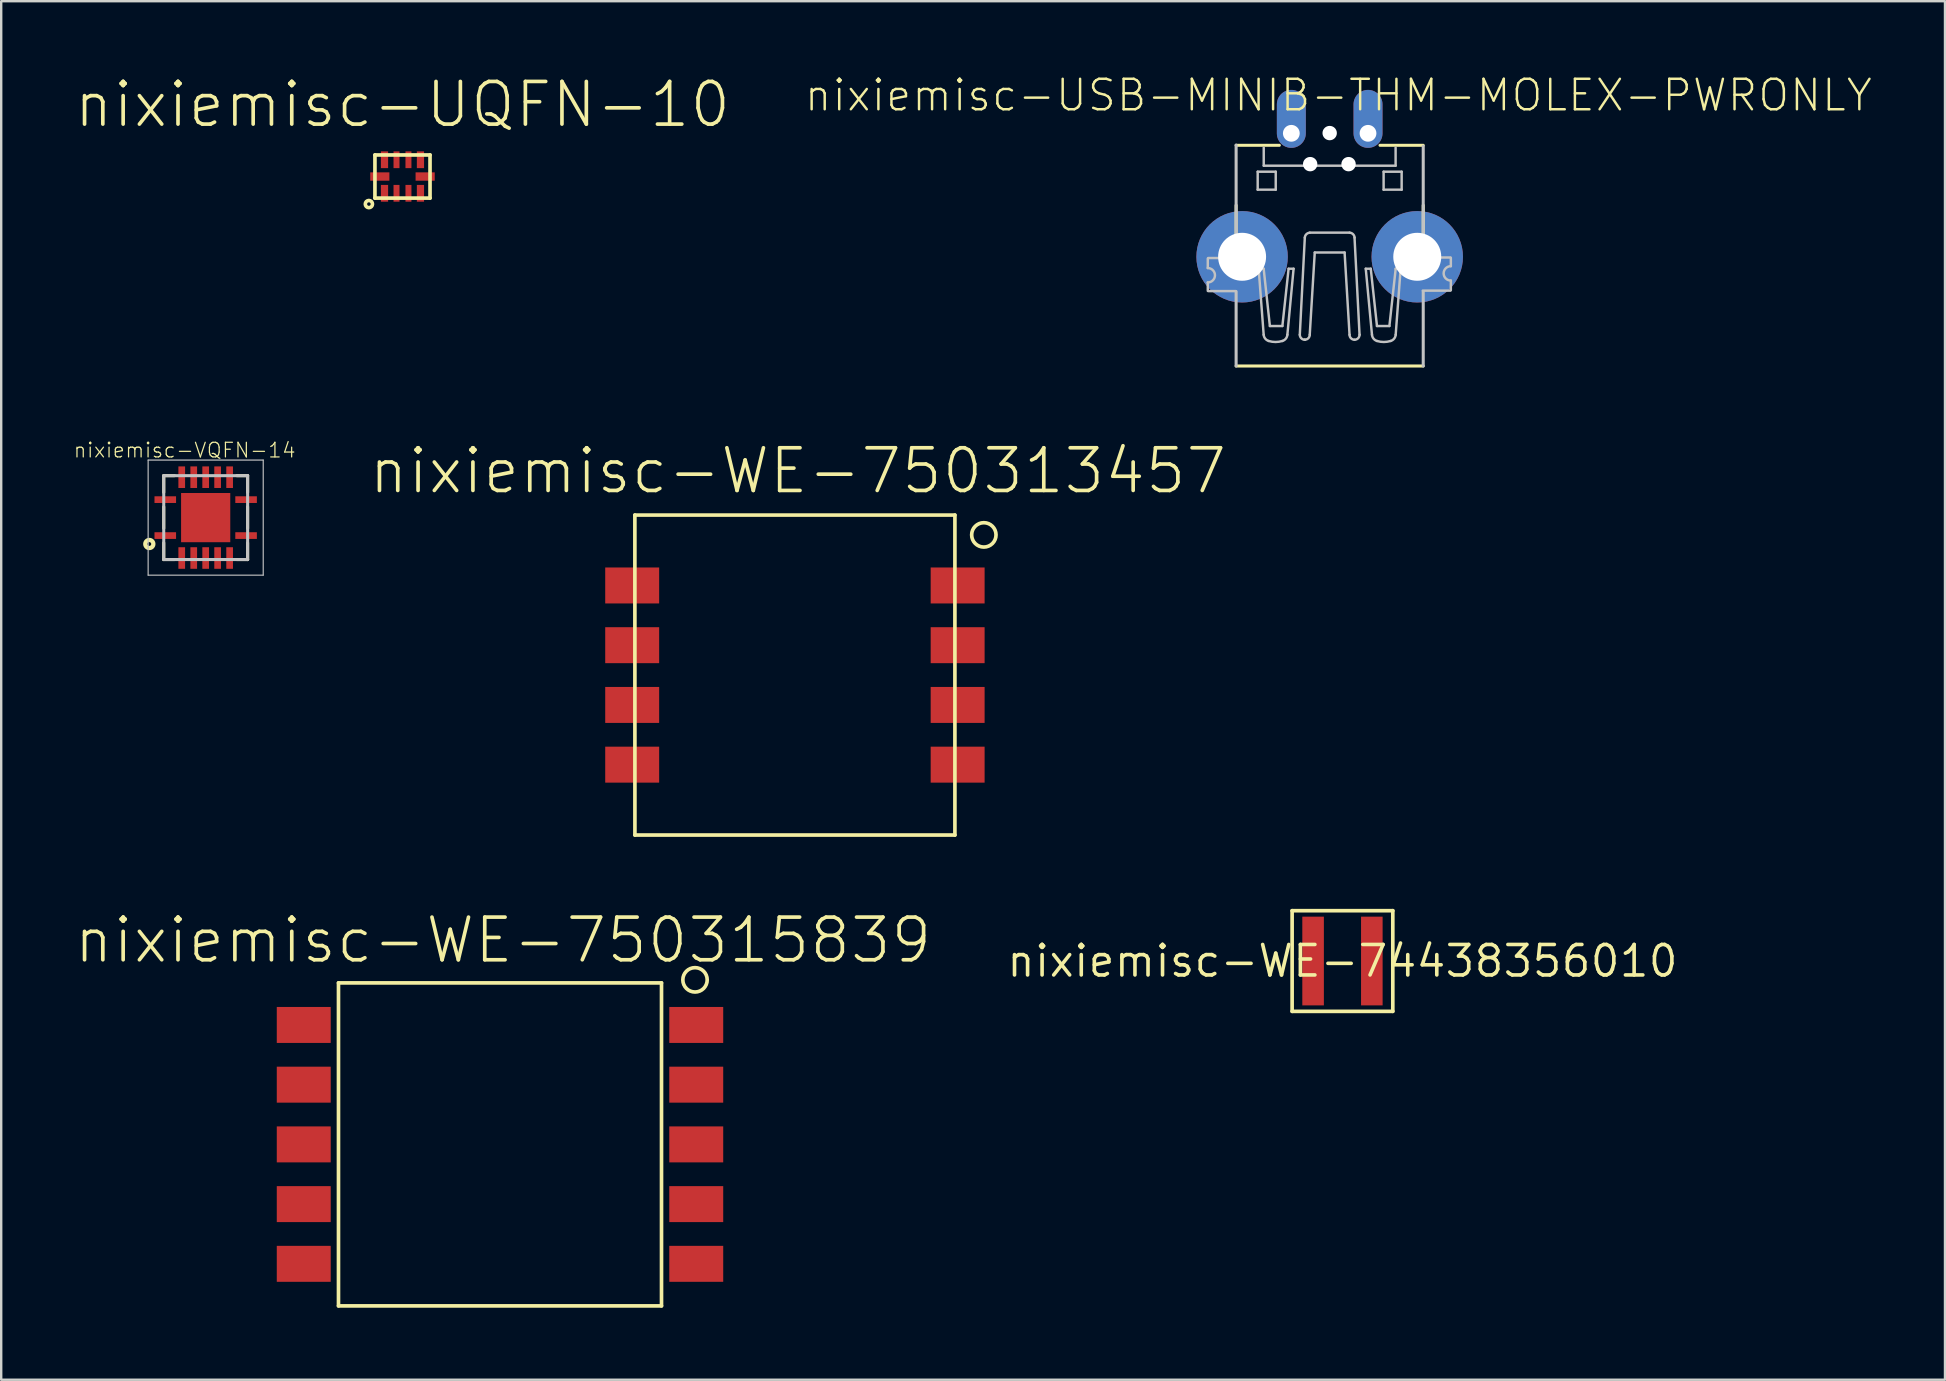
<source format=kicad_pcb>
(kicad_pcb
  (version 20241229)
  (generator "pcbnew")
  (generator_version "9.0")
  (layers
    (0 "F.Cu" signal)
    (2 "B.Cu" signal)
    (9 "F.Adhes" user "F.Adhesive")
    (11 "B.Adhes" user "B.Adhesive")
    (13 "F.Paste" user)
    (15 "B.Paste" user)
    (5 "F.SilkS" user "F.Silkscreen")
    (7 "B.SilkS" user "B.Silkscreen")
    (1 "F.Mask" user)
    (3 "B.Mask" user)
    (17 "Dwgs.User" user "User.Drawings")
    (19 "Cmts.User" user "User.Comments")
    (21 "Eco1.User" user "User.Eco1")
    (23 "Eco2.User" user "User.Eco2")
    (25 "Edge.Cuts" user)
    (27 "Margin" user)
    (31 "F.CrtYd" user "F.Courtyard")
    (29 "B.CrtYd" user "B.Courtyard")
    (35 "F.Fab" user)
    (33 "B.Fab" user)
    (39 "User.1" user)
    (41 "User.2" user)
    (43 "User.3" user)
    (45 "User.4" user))
  (footprint "nixiemisc-WE-750313457"
    (layer "F.Cu")
    (at 30.079 25.084)
    (property "Reference" "nixiemisc-WE-750313457" (at 0.127 -8.509 0) (layer "F.SilkS") (effects (font (size 1.778 1.778) (thickness 0.152))))
    (attr smd)
    (fp_line (start -6.67 -6.668) (end 6.668 -6.668) (stroke (width 0.152) (type solid)) (layer "F.SilkS"))
    (fp_line (start -6.668 6.668) (end -6.67 -6.668) (stroke (width 0.152) (type solid)) (layer "F.SilkS"))
    (fp_line (start 6.668 -6.668) (end 6.668 6.668) (stroke (width 0.152) (type solid)) (layer "F.SilkS"))
    (fp_line (start 6.668 6.668) (end -6.668 6.668) (stroke (width 0.152) (type solid)) (layer "F.SilkS"))
    (fp_circle (center 7.874 -5.842) (end 7.874 -6.35) (stroke (width 0.152) (type solid)) (fill no) (layer "F.SilkS"))
    (pad "P$1" smd rect (at 6.782 -3.734) (size 2.248 1.499) (layers "F.Cu" "F.Mask" "F.Paste"))
    (pad "P$2" smd rect (at 6.782 -1.245) (size 2.248 1.499) (layers "F.Cu" "F.Mask" "F.Paste"))
    (pad "P$3" smd rect (at 6.782 1.245) (size 2.248 1.499) (layers "F.Cu" "F.Mask" "F.Paste"))
    (pad "P$4" smd rect (at 6.782 3.734) (size 2.248 1.499) (layers "F.Cu" "F.Mask" "F.Paste"))
    (pad "P$5" smd rect (at -6.782 3.734) (size 2.248 1.499) (layers "F.Cu" "F.Mask" "F.Paste"))
    (pad "P$6" smd rect (at -6.782 1.245) (size 2.248 1.499) (layers "F.Cu" "F.Mask" "F.Paste"))
    (pad "P$7" smd rect (at -6.782 -1.245) (size 2.248 1.499) (layers "F.Cu" "F.Mask" "F.Paste"))
    (pad "P$8" smd rect (at -6.782 -3.734) (size 2.248 1.499) (layers "F.Cu" "F.Mask" "F.Paste")))
  (footprint "nixiemisc-UQFN-10"
    (layer "F.Cu")
    (at 13.724 4.307)
    (property "Reference" "nixiemisc-UQFN-10" (at 0 -3 0) (layer "F.SilkS") (effects (font (size 1.778 1.778) (thickness 0.152))))
    (attr smd)
    (fp_line (start -1.148 -0.899) (end -1.148 0.899) (stroke (width 0.152) (type solid)) (layer "F.SilkS"))
    (fp_line (start -1.148 -0.899) (end 1.148 -0.899) (stroke (width 0.152) (type solid)) (layer "F.SilkS"))
    (fp_line (start -1.148 0.899) (end 1.148 0.899) (stroke (width 0.152) (type solid)) (layer "F.SilkS"))
    (fp_line (start 1.148 -0.899) (end 1.148 0.899) (stroke (width 0.152) (type solid)) (layer "F.SilkS"))
    (fp_circle (center -1.4 1.148) (end -1.4 0.998) (stroke (width 0.152) (type solid)) (fill no) (layer "F.SilkS"))
    (pad "1" smd rect (at -0.749 0.699 90) (size 0.699 0.3) (layers "F.Cu" "F.Mask" "F.Paste"))
    (pad "2" smd rect (at -0.249 0.699 90) (size 0.699 0.249) (layers "F.Cu" "F.Mask" "F.Paste"))
    (pad "3" smd rect (at 0.249 0.699 90) (size 0.699 0.249) (layers "F.Cu" "F.Mask" "F.Paste"))
    (pad "4" smd rect (at 0.749 0.699 90) (size 0.699 0.3) (layers "F.Cu" "F.Mask" "F.Paste"))
    (pad "5" smd rect (at 0.945 0) (size 0.798 0.348) (layers "F.Cu" "F.Mask" "F.Paste"))
    (pad "6" smd rect (at 0.749 -0.699 90) (size 0.699 0.3) (layers "F.Cu" "F.Mask" "F.Paste"))
    (pad "7" smd rect (at 0.249 -0.699 90) (size 0.699 0.249) (layers "F.Cu" "F.Mask" "F.Paste"))
    (pad "8" smd rect (at -0.249 -0.699 90) (size 0.699 0.249) (layers "F.Cu" "F.Mask" "F.Paste"))
    (pad "9" smd rect (at -0.749 -0.699 90) (size 0.699 0.3) (layers "F.Cu" "F.Mask" "F.Paste"))
    (pad "10" smd rect (at -0.945 0) (size 0.798 0.348) (layers "F.Cu" "F.Mask" "F.Paste")))
  (footprint "nixiemisc-WE-750315839"
    (layer "F.Cu")
    (at 17.788 44.644)
    (property "Reference" "nixiemisc-WE-750315839" (at 0.127 -8.509 0) (layer "F.SilkS") (effects (font (size 1.778 1.778) (thickness 0.152))))
    (attr smd)
    (fp_line (start -6.731 -6.731) (end 6.731 -6.731) (stroke (width 0.152) (type solid)) (layer "F.SilkS"))
    (fp_line (start -6.731 6.731) (end -6.731 -6.731) (stroke (width 0.152) (type solid)) (layer "F.SilkS"))
    (fp_line (start 6.731 -6.731) (end 6.731 6.731) (stroke (width 0.152) (type solid)) (layer "F.SilkS"))
    (fp_line (start 6.731 6.731) (end -6.731 6.731) (stroke (width 0.152) (type solid)) (layer "F.SilkS"))
    (fp_circle (center 8.128 -6.858) (end 8.128 -7.366) (stroke (width 0.152) (type solid)) (fill no) (layer "F.SilkS"))
    (pad "P$1" smd rect (at 8.179 -4.978) (size 2.248 1.499) (layers "F.Cu" "F.Mask" "F.Paste"))
    (pad "P$2" smd rect (at 8.179 -2.489) (size 2.248 1.499) (layers "F.Cu" "F.Mask" "F.Paste"))
    (pad "P$3" smd rect (at 8.179 0) (size 2.248 1.499) (layers "F.Cu" "F.Mask" "F.Paste"))
    (pad "P$4" smd rect (at 8.179 2.489) (size 2.248 1.499) (layers "F.Cu" "F.Mask" "F.Paste"))
    (pad "P$5" smd rect (at 8.179 4.978) (size 2.248 1.499) (layers "F.Cu" "F.Mask" "F.Paste"))
    (pad "P$6" smd rect (at -8.179 4.978) (size 2.248 1.499) (layers "F.Cu" "F.Mask" "F.Paste"))
    (pad "P$7" smd rect (at -8.179 2.489) (size 2.248 1.499) (layers "F.Cu" "F.Mask" "F.Paste"))
    (pad "P$8" smd rect (at -8.179 0) (size 2.248 1.499) (layers "F.Cu" "F.Mask" "F.Paste"))
    (pad "P$9" smd rect (at -8.179 -2.489) (size 2.248 1.499) (layers "F.Cu" "F.Mask" "F.Paste"))
    (pad "P$10" smd rect (at -8.179 -4.978) (size 2.248 1.499) (layers "F.Cu" "F.Mask" "F.Paste")))
  (footprint "nixiemisc-VQFN-14"
    (layer "F.Cu")
    (at 5.522 18.522)
    (property "Reference" "nixiemisc-VQFN-14" (at -0.876 -2.809 0) (layer "F.SilkS") (effects (font (size 0.61 0.61) (thickness 0.051))))
    (attr smd)
    (fp_line (start -1.748 -1.748) (end -1.748 -1.049) (stroke (width 0.127) (type solid)) (layer "F.SilkS"))
    (fp_line (start -1.748 -0.45) (end -1.748 0.45) (stroke (width 0.127) (type solid)) (layer "F.SilkS"))
    (fp_line (start -1.748 1.748) (end -1.748 1.049) (stroke (width 0.127) (type solid)) (layer "F.SilkS"))
    (fp_line (start -1.298 -1.748) (end -1.748 -1.748) (stroke (width 0.127) (type solid)) (layer "F.SilkS"))
    (fp_line (start -1.298 1.748) (end -1.748 1.748) (stroke (width 0.127) (type solid)) (layer "F.SilkS"))
    (fp_line (start 1.298 -1.748) (end 1.748 -1.748) (stroke (width 0.127) (type solid)) (layer "F.SilkS"))
    (fp_line (start 1.298 1.748) (end 1.748 1.748) (stroke (width 0.127) (type solid)) (layer "F.SilkS"))
    (fp_line (start 1.748 -1.748) (end 1.748 -1.049) (stroke (width 0.127) (type solid)) (layer "F.SilkS"))
    (fp_line (start 1.748 -0.45) (end 1.748 0.45) (stroke (width 0.127) (type solid)) (layer "F.SilkS"))
    (fp_line (start 1.748 1.748) (end 1.748 1.049) (stroke (width 0.127) (type solid)) (layer "F.SilkS"))
    (fp_circle (center -2.349 1.1) (end -2.349 1.021) (stroke (width 0.178) (type solid)) (fill no) (layer "F.SilkS"))
    (fp_line (start -0.65 -0.648) (end 0.648 -0.648) (stroke (width 0.066) (type solid)) (layer "F.Paste"))
    (fp_line (start -0.65 0.65) (end -0.65 -0.648) (stroke (width 0.066) (type solid)) (layer "F.Paste"))
    (fp_line (start -0.65 0.65) (end 0.648 0.65) (stroke (width 0.066) (type solid)) (layer "F.Paste"))
    (fp_line (start 0.648 0.65) (end 0.648 -0.648) (stroke (width 0.066) (type solid)) (layer "F.Paste"))
    (fp_line (start -2.398 -2.398) (end 2.398 -2.398) (stroke (width 0.048) (type solid)) (layer "Dwgs.User"))
    (fp_line (start -2.398 2.398) (end -2.398 -2.398) (stroke (width 0.048) (type solid)) (layer "Dwgs.User"))
    (fp_line (start -1.748 -1.748) (end 1.748 -1.748) (stroke (width 0.127) (type solid)) (layer "Dwgs.User"))
    (fp_line (start -1.748 1.748) (end -1.748 -1.748) (stroke (width 0.127) (type solid)) (layer "Dwgs.User"))
    (fp_line (start 1.748 -1.748) (end 1.748 1.748) (stroke (width 0.127) (type solid)) (layer "Dwgs.User"))
    (fp_line (start 1.748 1.748) (end -1.748 1.748) (stroke (width 0.127) (type solid)) (layer "Dwgs.User"))
    (fp_line (start 2.398 -2.398) (end 2.398 2.398) (stroke (width 0.048) (type solid)) (layer "Dwgs.User"))
    (fp_line (start 2.398 2.398) (end -2.398 2.398) (stroke (width 0.048) (type solid)) (layer "Dwgs.User"))
    (pad "1" smd rect (at -1.684 0.749) (size 0.899 0.279) (layers "F.Cu" "F.Mask" "F.Paste"))
    (pad "2" smd rect (at -0.998 1.684 90) (size 0.899 0.279) (layers "F.Cu" "F.Mask" "F.Paste"))
    (pad "3" smd rect (at -0.498 1.684 90) (size 0.899 0.279) (layers "F.Cu" "F.Mask" "F.Paste"))
    (pad "4" smd rect (at 0 1.684 90) (size 0.899 0.279) (layers "F.Cu" "F.Mask" "F.Paste"))
    (pad "5" smd rect (at 0.498 1.684 90) (size 0.899 0.279) (layers "F.Cu" "F.Mask" "F.Paste"))
    (pad "6" smd rect (at 0.998 1.684 90) (size 0.899 0.279) (layers "F.Cu" "F.Mask" "F.Paste"))
    (pad "7" smd rect (at 1.684 0.749 180) (size 0.899 0.279) (layers "F.Cu" "F.Mask" "F.Paste"))
    (pad "8" smd rect (at 1.684 -0.749 180) (size 0.899 0.279) (layers "F.Cu" "F.Mask" "F.Paste"))
    (pad "9" smd rect (at 0.998 -1.684 270) (size 0.899 0.279) (layers "F.Cu" "F.Mask" "F.Paste"))
    (pad "10" smd rect (at 0.498 -1.684 270) (size 0.899 0.279) (layers "F.Cu" "F.Mask" "F.Paste"))
    (pad "11" smd rect (at 0 -1.684 270) (size 0.899 0.279) (layers "F.Cu" "F.Mask" "F.Paste"))
    (pad "12" smd rect (at -0.498 -1.684 270) (size 0.899 0.279) (layers "F.Cu" "F.Mask" "F.Paste"))
    (pad "13" smd rect (at -0.998 -1.684 270) (size 0.899 0.279) (layers "F.Cu" "F.Mask" "F.Paste"))
    (pad "14" smd rect (at -1.684 -0.749) (size 0.899 0.279) (layers "F.Cu" "F.Mask" "F.Paste"))
    (pad "15" smd rect (at 0 0) (size 2.05 2.05) (layers "F.Cu" "F.Mask" "F.Paste")))
  (footprint "nixiemisc-USB-MINIB-THM-MOLEX-PWRONLY"
    (layer "F.Cu")
    (at 52.366 7.144)
    (property "Reference" "nixiemisc-USB-MINIB-THM-MOLEX-PWRONLY" (at 0.363 -6.223 0) (layer "F.SilkS") (effects (font (size 1.27 1.27) (thickness 0.102))))
    (attr exclude_from_pos_files exclude_from_bom)
    (fp_line (start -3.899 -4.138) (end -2.098 -4.138) (stroke (width 0.127) (type solid)) (layer "F.SilkS"))
    (fp_line (start -3.899 1.059) (end -3.899 -1.638) (stroke (width 0.127) (type solid)) (layer "F.SilkS"))
    (fp_line (start -3.899 5.06) (end 3.899 5.06) (stroke (width 0.127) (type solid)) (layer "F.SilkS"))
    (fp_line (start -1.036 3.965) (end -1.036 3.965) (stroke (width 0.102) (type solid)) (layer "F.SilkS"))
    (fp_line (start 2.098 -4.138) (end 3.899 -4.138) (stroke (width 0.127) (type solid)) (layer "F.SilkS"))
    (fp_line (start 3.899 -1.638) (end 3.899 0.46) (stroke (width 0.127) (type solid)) (layer "F.SilkS"))
    (fp_line (start -5.08 0.579) (end -5.08 0.978) (stroke (width 0.102) (type solid)) (layer "Dwgs.User"))
    (fp_line (start -5.08 1.928) (end -5.08 1.58) (stroke (width 0.102) (type solid)) (layer "Dwgs.User"))
    (fp_line (start -5.06 0.559) (end -3.909 0.559) (stroke (width 0.102) (type solid)) (layer "Dwgs.User"))
    (fp_line (start -3.909 1.938) (end -5.06 1.938) (stroke (width 0.102) (type solid)) (layer "Dwgs.User"))
    (fp_line (start -3.899 0.549) (end -3.899 -4.148) (stroke (width 0.127) (type solid)) (layer "Dwgs.User"))
    (fp_line (start -3.899 5.06) (end -3.899 1.958) (stroke (width 0.127) (type solid)) (layer "Dwgs.User"))
    (fp_line (start -3 -3.038) (end -2.248 -3.038) (stroke (width 0.102) (type solid)) (layer "Dwgs.User"))
    (fp_line (start -3 -2.289) (end -3 -3.038) (stroke (width 0.102) (type solid)) (layer "Dwgs.User"))
    (fp_line (start -2.959 1.006) (end -2.751 3.757) (stroke (width 0.102) (type solid)) (layer "Dwgs.User"))
    (fp_line (start -2.751 1.006) (end -2.959 1.006) (stroke (width 0.102) (type solid)) (layer "Dwgs.User"))
    (fp_line (start -2.748 -4.039) (end -2.748 -3.289) (stroke (width 0.102) (type solid)) (layer "Dwgs.User"))
    (fp_line (start -2.748 -3.289) (end 2.748 -3.289) (stroke (width 0.102) (type solid)) (layer "Dwgs.User"))
    (fp_line (start -2.492 3.393) (end -2.751 1.006) (stroke (width 0.102) (type solid)) (layer "Dwgs.User"))
    (fp_line (start -2.248 -3.038) (end -2.248 -2.289) (stroke (width 0.102) (type solid)) (layer "Dwgs.User"))
    (fp_line (start -2.248 -2.289) (end -3 -2.289) (stroke (width 0.102) (type solid)) (layer "Dwgs.User"))
    (fp_line (start -1.971 3.393) (end -2.492 3.393) (stroke (width 0.102) (type solid)) (layer "Dwgs.User"))
    (fp_line (start -1.763 3.757) (end -1.504 1.006) (stroke (width 0.102) (type solid)) (layer "Dwgs.User"))
    (fp_line (start -1.712 1.006) (end -1.971 3.393) (stroke (width 0.102) (type solid)) (layer "Dwgs.User"))
    (fp_line (start -1.504 1.006) (end -1.712 1.006) (stroke (width 0.102) (type solid)) (layer "Dwgs.User"))
    (fp_line (start -1.245 3.757) (end -1.036 -0.29) (stroke (width 0.102) (type solid)) (layer "Dwgs.User"))
    (fp_line (start -0.831 3.757) (end -0.622 0.33) (stroke (width 0.102) (type solid)) (layer "Dwgs.User"))
    (fp_line (start 0.622 0.33) (end -0.622 0.33) (stroke (width 0.102) (type solid)) (layer "Dwgs.User"))
    (fp_line (start 0.828 -0.498) (end -0.831 -0.498) (stroke (width 0.102) (type solid)) (layer "Dwgs.User"))
    (fp_line (start 0.828 3.757) (end 0.622 0.33) (stroke (width 0.102) (type solid)) (layer "Dwgs.User"))
    (fp_line (start 1.245 3.757) (end 1.036 -0.29) (stroke (width 0.102) (type solid)) (layer "Dwgs.User"))
    (fp_line (start 1.504 1.006) (end 1.712 1.006) (stroke (width 0.102) (type solid)) (layer "Dwgs.User"))
    (fp_line (start 1.712 1.006) (end 1.971 3.393) (stroke (width 0.102) (type solid)) (layer "Dwgs.User"))
    (fp_line (start 1.763 3.757) (end 1.504 1.006) (stroke (width 0.102) (type solid)) (layer "Dwgs.User"))
    (fp_line (start 1.971 3.393) (end 2.489 3.393) (stroke (width 0.102) (type solid)) (layer "Dwgs.User"))
    (fp_line (start 2.248 -3.038) (end 2.248 -2.289) (stroke (width 0.102) (type solid)) (layer "Dwgs.User"))
    (fp_line (start 2.248 -2.289) (end 3 -2.289) (stroke (width 0.102) (type solid)) (layer "Dwgs.User"))
    (fp_line (start 2.489 3.393) (end 2.751 1.006) (stroke (width 0.102) (type solid)) (layer "Dwgs.User"))
    (fp_line (start 2.748 -3.289) (end 2.748 -4.039) (stroke (width 0.102) (type solid)) (layer "Dwgs.User"))
    (fp_line (start 2.751 1.006) (end 2.957 1.006) (stroke (width 0.102) (type solid)) (layer "Dwgs.User"))
    (fp_line (start 2.957 1.006) (end 2.751 3.757) (stroke (width 0.102) (type solid)) (layer "Dwgs.User"))
    (fp_line (start 3 -3.038) (end 2.248 -3.038) (stroke (width 0.102) (type solid)) (layer "Dwgs.User"))
    (fp_line (start 3 -2.289) (end 3 -3.038) (stroke (width 0.102) (type solid)) (layer "Dwgs.User"))
    (fp_line (start 3.879 0.538) (end 5.029 0.538) (stroke (width 0.102) (type solid)) (layer "Dwgs.User"))
    (fp_line (start 3.899 0.498) (end 3.899 -4.1) (stroke (width 0.127) (type solid)) (layer "Dwgs.User"))
    (fp_line (start 3.899 5.06) (end 3.899 1.958) (stroke (width 0.127) (type solid)) (layer "Dwgs.User"))
    (fp_line (start 5.029 1.918) (end 3.879 1.918) (stroke (width 0.102) (type solid)) (layer "Dwgs.User"))
    (fp_line (start 5.05 0.549) (end 5.05 0.899) (stroke (width 0.102) (type solid)) (layer "Dwgs.User"))
    (fp_line (start 5.05 1.9) (end 5.05 1.499) (stroke (width 0.102) (type solid)) (layer "Dwgs.User"))
    (fp_arc (start -5.08 0.9779) (mid -4.78028 1.27762) (end -5.08 1.57734) (stroke (width 0.1016) (type solid)) (layer "Dwgs.User"))
    (fp_arc (start -2.54254 4.01574) (mid -2.686403 3.918044) (end -2.750193 3.756267) (stroke (width 0.1016) (type solid)) (layer "Dwgs.User"))
    (fp_arc (start -1.97104 4.01574) (mid -2.255382 4.059036) (end -2.539958 4.017306) (stroke (width 0.1016) (type solid)) (layer "Dwgs.User"))
    (fp_arc (start -1.76276 3.75666) (mid -1.826881 3.918722) (end -1.971177 4.016467) (stroke (width 0.1016) (type solid)) (layer "Dwgs.User"))
    (fp_arc (start -1.03632 -0.28956) (mid -0.972121 -0.43206) (end -0.829227 -0.495374) (stroke (width 0.1016) (type solid)) (layer "Dwgs.User"))
    (fp_arc (start -1.03632 3.96494) (mid -1.183596 3.903936) (end -1.2446 3.75666) (stroke (width 0.1016) (type solid)) (layer "Dwgs.User"))
    (fp_arc (start -0.83058 3.75666) (mid -0.89084 3.90214) (end -1.03632 3.9624) (stroke (width 0.1016) (type solid)) (layer "Dwgs.User"))
    (fp_arc (start 0.82804 -0.49784) (mid 0.972882 -0.434688) (end 1.03864 -0.29101) (stroke (width 0.1016) (type solid)) (layer "Dwgs.User"))
    (fp_arc (start 1.03632 3.96494) (mid 0.889044 3.903936) (end 0.82804 3.75666) (stroke (width 0.1016) (type solid)) (layer "Dwgs.User"))
    (fp_arc (start 1.2446 3.75666) (mid 1.183596 3.903936) (end 1.03632 3.96494) (stroke (width 0.1016) (type solid)) (layer "Dwgs.User"))
    (fp_arc (start 1.97104 4.01574) (mid 1.827177 3.918044) (end 1.763387 3.756267) (stroke (width 0.1016) (type solid)) (layer "Dwgs.User"))
    (fp_arc (start 2.54254 4.01574) (mid 2.258198 4.059036) (end 1.973622 4.017306) (stroke (width 0.1016) (type solid)) (layer "Dwgs.User"))
    (fp_arc (start 2.75082 3.75666) (mid 2.686699 3.918722) (end 2.542403 4.016467) (stroke (width 0.1016) (type solid)) (layer "Dwgs.User"))
    (fp_arc (start 5.04952 1.4986) (mid 4.7498 1.19888) (end 5.04952 0.89916) (stroke (width 0.1016) (type solid)) (layer "Dwgs.User"))
    (pad "" np_thru_hole circle (at -0.813 -3.353) (size 0.599 0.599) (drill 0.599) (layers "*.Cu" "*.Mask"))
    (pad "" np_thru_hole circle (at 0 -4.648) (size 0.599 0.599) (drill 0.599) (layers "*.Cu" "*.Mask"))
    (pad "" np_thru_hole circle (at 0.787 -3.353) (size 0.599 0.599) (drill 0.599) (layers "*.Cu" "*.Mask"))
    (pad "GND" thru_hole oval (at 1.598 -4.638 180) (size 1.206 2.416) (drill 0.699 (offset 0 0.602)) (layers "*.Cu" "*.Mask"))
    (pad "GND1" thru_hole circle (at -3.65 0.508) (size 3.81 3.81) (drill 1.999) (layers "*.Cu" "*.Mask"))
    (pad "GND4" thru_hole circle (at 3.65 0.508) (size 3.81 3.81) (drill 1.999) (layers "*.Cu" "*.Mask"))
    (pad "VBUS" thru_hole oval (at -1.598 -4.638 180) (size 1.206 2.416) (drill 0.699 (offset 0 0.602)) (layers "*.Cu" "*.Mask")))
  (footprint "nixiemisc-WE-74438356010"
    (layer "F.Cu")
    (at 52.899 37.002)
    (property "Reference" "nixiemisc-WE-74438356010" (at 0 0 0) (layer "F.SilkS") (effects (font (size 1.27 1.27) (thickness 0.15))))
    (attr smd)
    (fp_line (start -2.098 -2.098) (end -2.098 2.098) (stroke (width 0.152) (type solid)) (layer "F.SilkS"))
    (fp_line (start -2.098 -2.098) (end 2.098 -2.098) (stroke (width 0.152) (type solid)) (layer "F.SilkS"))
    (fp_line (start -2.098 2.098) (end 2.098 2.098) (stroke (width 0.152) (type solid)) (layer "F.SilkS"))
    (fp_line (start 2.098 -2.098) (end 2.098 2.098) (stroke (width 0.152) (type solid)) (layer "F.SilkS"))
    (pad "1" smd rect (at -1.224 0) (size 0.899 3.698) (layers "F.Cu" "F.Mask" "F.Paste"))
    (pad "2" smd rect (at 1.224 0) (size 0.899 3.698) (layers "F.Cu" "F.Mask" "F.Paste")))
  (gr_rect
    (start -3 -3)
    (end 78.01 54.452)
    (stroke (width 0.1) (type default))
    (fill no)
    (layer "Edge.Cuts")))
</source>
